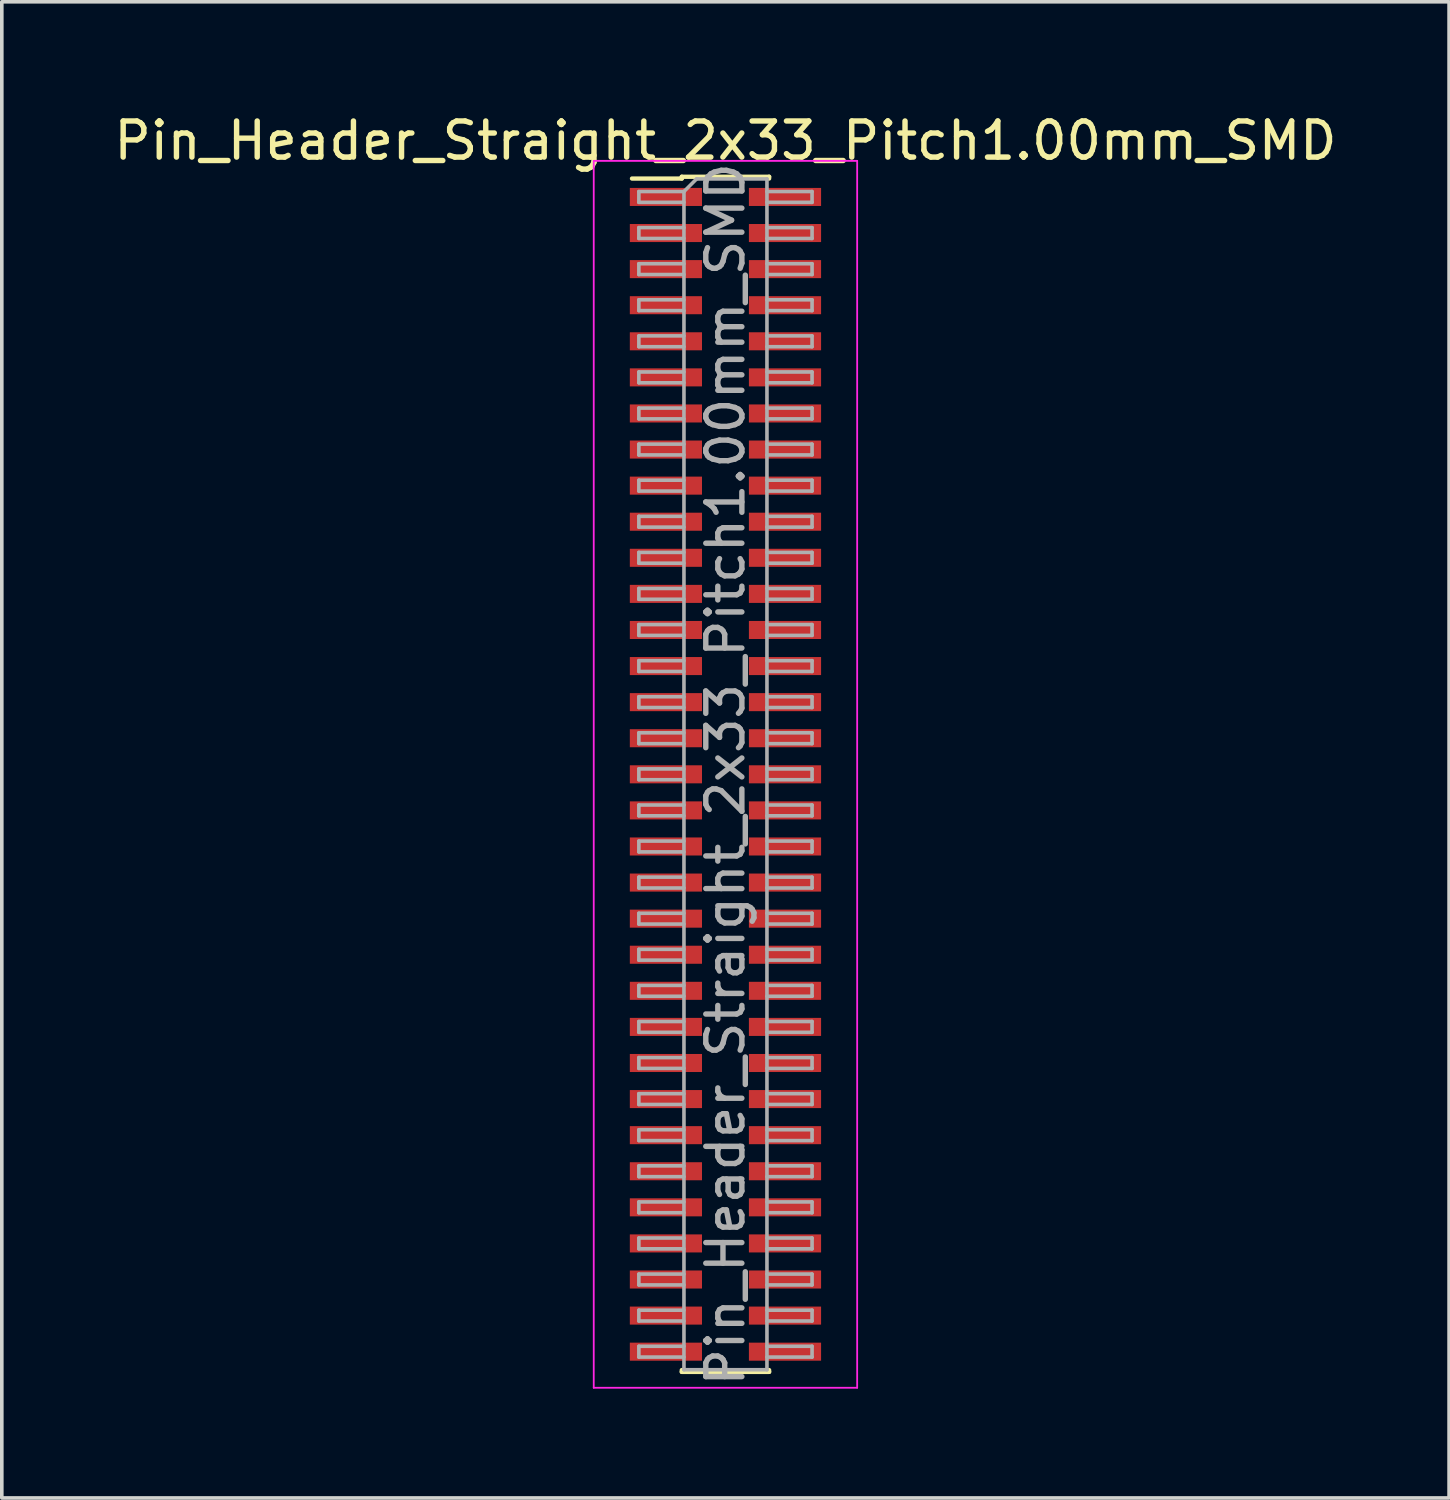
<source format=kicad_pcb>
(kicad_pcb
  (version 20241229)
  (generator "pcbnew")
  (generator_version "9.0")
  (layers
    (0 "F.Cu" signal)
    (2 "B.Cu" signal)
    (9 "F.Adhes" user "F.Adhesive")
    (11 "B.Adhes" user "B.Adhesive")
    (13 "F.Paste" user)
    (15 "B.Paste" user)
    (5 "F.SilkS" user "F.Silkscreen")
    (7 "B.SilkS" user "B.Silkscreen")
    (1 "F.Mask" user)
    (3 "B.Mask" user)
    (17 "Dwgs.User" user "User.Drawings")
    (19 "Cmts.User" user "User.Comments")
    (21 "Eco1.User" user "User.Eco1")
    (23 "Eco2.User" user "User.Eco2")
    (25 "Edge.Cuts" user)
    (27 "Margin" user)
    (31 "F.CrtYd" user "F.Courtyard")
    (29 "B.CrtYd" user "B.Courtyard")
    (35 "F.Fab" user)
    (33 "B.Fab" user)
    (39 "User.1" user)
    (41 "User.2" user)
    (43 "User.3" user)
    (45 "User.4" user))
  (footprint "Pin_Header_Straight_2x33_Pitch1.00mm_SMD"
    (layer "F.Cu")
    (at 17.054 18.408)
    (property "Reference" "Pin_Header_Straight_2x33_Pitch1.00mm_SMD" (at 0 -17.56 0) (layer "F.SilkS") (effects (font (size 1 1) (thickness 0.15))))
    (attr smd)
    (fp_line (start -2.59 -16.51) (end -1.21 -16.51) (stroke (width 0.12) (type solid)) (layer "F.SilkS"))
    (fp_line (start -1.21 -16.56) (end -1.21 -16.51) (stroke (width 0.12) (type solid)) (layer "F.SilkS"))
    (fp_line (start -1.21 -16.56) (end 1.21 -16.56) (stroke (width 0.12) (type solid)) (layer "F.SilkS"))
    (fp_line (start -1.21 16.51) (end -1.21 16.56) (stroke (width 0.12) (type solid)) (layer "F.SilkS"))
    (fp_line (start -1.21 16.56) (end 1.21 16.56) (stroke (width 0.12) (type solid)) (layer "F.SilkS"))
    (fp_line (start 1.21 -16.56) (end 1.21 -16.51) (stroke (width 0.12) (type solid)) (layer "F.SilkS"))
    (fp_line (start 1.21 16.51) (end 1.21 16.56) (stroke (width 0.12) (type solid)) (layer "F.SilkS"))
    (fp_line (start -3.65 -17) (end -3.65 17) (stroke (width 0.05) (type solid)) (layer "F.CrtYd"))
    (fp_line (start -3.65 17) (end 3.65 17) (stroke (width 0.05) (type solid)) (layer "F.CrtYd"))
    (fp_line (start 3.65 -17) (end -3.65 -17) (stroke (width 0.05) (type solid)) (layer "F.CrtYd"))
    (fp_line (start 3.65 17) (end 3.65 -17) (stroke (width 0.05) (type solid)) (layer "F.CrtYd"))
    (fp_line (start -2.4 -16.15) (end -2.4 -15.85) (stroke (width 0.1) (type solid)) (layer "F.Fab"))
    (fp_line (start -2.4 -15.85) (end -1.15 -15.85) (stroke (width 0.1) (type solid)) (layer "F.Fab"))
    (fp_line (start -2.4 -15.15) (end -2.4 -14.85) (stroke (width 0.1) (type solid)) (layer "F.Fab"))
    (fp_line (start -2.4 -14.85) (end -1.15 -14.85) (stroke (width 0.1) (type solid)) (layer "F.Fab"))
    (fp_line (start -2.4 -14.15) (end -2.4 -13.85) (stroke (width 0.1) (type solid)) (layer "F.Fab"))
    (fp_line (start -2.4 -13.85) (end -1.15 -13.85) (stroke (width 0.1) (type solid)) (layer "F.Fab"))
    (fp_line (start -2.4 -13.15) (end -2.4 -12.85) (stroke (width 0.1) (type solid)) (layer "F.Fab"))
    (fp_line (start -2.4 -12.85) (end -1.15 -12.85) (stroke (width 0.1) (type solid)) (layer "F.Fab"))
    (fp_line (start -2.4 -12.15) (end -2.4 -11.85) (stroke (width 0.1) (type solid)) (layer "F.Fab"))
    (fp_line (start -2.4 -11.85) (end -1.15 -11.85) (stroke (width 0.1) (type solid)) (layer "F.Fab"))
    (fp_line (start -2.4 -11.15) (end -2.4 -10.85) (stroke (width 0.1) (type solid)) (layer "F.Fab"))
    (fp_line (start -2.4 -10.85) (end -1.15 -10.85) (stroke (width 0.1) (type solid)) (layer "F.Fab"))
    (fp_line (start -2.4 -10.15) (end -2.4 -9.85) (stroke (width 0.1) (type solid)) (layer "F.Fab"))
    (fp_line (start -2.4 -9.85) (end -1.15 -9.85) (stroke (width 0.1) (type solid)) (layer "F.Fab"))
    (fp_line (start -2.4 -9.15) (end -2.4 -8.85) (stroke (width 0.1) (type solid)) (layer "F.Fab"))
    (fp_line (start -2.4 -8.85) (end -1.15 -8.85) (stroke (width 0.1) (type solid)) (layer "F.Fab"))
    (fp_line (start -2.4 -8.15) (end -2.4 -7.85) (stroke (width 0.1) (type solid)) (layer "F.Fab"))
    (fp_line (start -2.4 -7.85) (end -1.15 -7.85) (stroke (width 0.1) (type solid)) (layer "F.Fab"))
    (fp_line (start -2.4 -7.15) (end -2.4 -6.85) (stroke (width 0.1) (type solid)) (layer "F.Fab"))
    (fp_line (start -2.4 -6.85) (end -1.15 -6.85) (stroke (width 0.1) (type solid)) (layer "F.Fab"))
    (fp_line (start -2.4 -6.15) (end -2.4 -5.85) (stroke (width 0.1) (type solid)) (layer "F.Fab"))
    (fp_line (start -2.4 -5.85) (end -1.15 -5.85) (stroke (width 0.1) (type solid)) (layer "F.Fab"))
    (fp_line (start -2.4 -5.15) (end -2.4 -4.85) (stroke (width 0.1) (type solid)) (layer "F.Fab"))
    (fp_line (start -2.4 -4.85) (end -1.15 -4.85) (stroke (width 0.1) (type solid)) (layer "F.Fab"))
    (fp_line (start -2.4 -4.15) (end -2.4 -3.85) (stroke (width 0.1) (type solid)) (layer "F.Fab"))
    (fp_line (start -2.4 -3.85) (end -1.15 -3.85) (stroke (width 0.1) (type solid)) (layer "F.Fab"))
    (fp_line (start -2.4 -3.15) (end -2.4 -2.85) (stroke (width 0.1) (type solid)) (layer "F.Fab"))
    (fp_line (start -2.4 -2.85) (end -1.15 -2.85) (stroke (width 0.1) (type solid)) (layer "F.Fab"))
    (fp_line (start -2.4 -2.15) (end -2.4 -1.85) (stroke (width 0.1) (type solid)) (layer "F.Fab"))
    (fp_line (start -2.4 -1.85) (end -1.15 -1.85) (stroke (width 0.1) (type solid)) (layer "F.Fab"))
    (fp_line (start -2.4 -1.15) (end -2.4 -0.85) (stroke (width 0.1) (type solid)) (layer "F.Fab"))
    (fp_line (start -2.4 -0.85) (end -1.15 -0.85) (stroke (width 0.1) (type solid)) (layer "F.Fab"))
    (fp_line (start -2.4 -0.15) (end -2.4 0.15) (stroke (width 0.1) (type solid)) (layer "F.Fab"))
    (fp_line (start -2.4 0.15) (end -1.15 0.15) (stroke (width 0.1) (type solid)) (layer "F.Fab"))
    (fp_line (start -2.4 0.85) (end -2.4 1.15) (stroke (width 0.1) (type solid)) (layer "F.Fab"))
    (fp_line (start -2.4 1.15) (end -1.15 1.15) (stroke (width 0.1) (type solid)) (layer "F.Fab"))
    (fp_line (start -2.4 1.85) (end -2.4 2.15) (stroke (width 0.1) (type solid)) (layer "F.Fab"))
    (fp_line (start -2.4 2.15) (end -1.15 2.15) (stroke (width 0.1) (type solid)) (layer "F.Fab"))
    (fp_line (start -2.4 2.85) (end -2.4 3.15) (stroke (width 0.1) (type solid)) (layer "F.Fab"))
    (fp_line (start -2.4 3.15) (end -1.15 3.15) (stroke (width 0.1) (type solid)) (layer "F.Fab"))
    (fp_line (start -2.4 3.85) (end -2.4 4.15) (stroke (width 0.1) (type solid)) (layer "F.Fab"))
    (fp_line (start -2.4 4.15) (end -1.15 4.15) (stroke (width 0.1) (type solid)) (layer "F.Fab"))
    (fp_line (start -2.4 4.85) (end -2.4 5.15) (stroke (width 0.1) (type solid)) (layer "F.Fab"))
    (fp_line (start -2.4 5.15) (end -1.15 5.15) (stroke (width 0.1) (type solid)) (layer "F.Fab"))
    (fp_line (start -2.4 5.85) (end -2.4 6.15) (stroke (width 0.1) (type solid)) (layer "F.Fab"))
    (fp_line (start -2.4 6.15) (end -1.15 6.15) (stroke (width 0.1) (type solid)) (layer "F.Fab"))
    (fp_line (start -2.4 6.85) (end -2.4 7.15) (stroke (width 0.1) (type solid)) (layer "F.Fab"))
    (fp_line (start -2.4 7.15) (end -1.15 7.15) (stroke (width 0.1) (type solid)) (layer "F.Fab"))
    (fp_line (start -2.4 7.85) (end -2.4 8.15) (stroke (width 0.1) (type solid)) (layer "F.Fab"))
    (fp_line (start -2.4 8.15) (end -1.15 8.15) (stroke (width 0.1) (type solid)) (layer "F.Fab"))
    (fp_line (start -2.4 8.85) (end -2.4 9.15) (stroke (width 0.1) (type solid)) (layer "F.Fab"))
    (fp_line (start -2.4 9.15) (end -1.15 9.15) (stroke (width 0.1) (type solid)) (layer "F.Fab"))
    (fp_line (start -2.4 9.85) (end -2.4 10.15) (stroke (width 0.1) (type solid)) (layer "F.Fab"))
    (fp_line (start -2.4 10.15) (end -1.15 10.15) (stroke (width 0.1) (type solid)) (layer "F.Fab"))
    (fp_line (start -2.4 10.85) (end -2.4 11.15) (stroke (width 0.1) (type solid)) (layer "F.Fab"))
    (fp_line (start -2.4 11.15) (end -1.15 11.15) (stroke (width 0.1) (type solid)) (layer "F.Fab"))
    (fp_line (start -2.4 11.85) (end -2.4 12.15) (stroke (width 0.1) (type solid)) (layer "F.Fab"))
    (fp_line (start -2.4 12.15) (end -1.15 12.15) (stroke (width 0.1) (type solid)) (layer "F.Fab"))
    (fp_line (start -2.4 12.85) (end -2.4 13.15) (stroke (width 0.1) (type solid)) (layer "F.Fab"))
    (fp_line (start -2.4 13.15) (end -1.15 13.15) (stroke (width 0.1) (type solid)) (layer "F.Fab"))
    (fp_line (start -2.4 13.85) (end -2.4 14.15) (stroke (width 0.1) (type solid)) (layer "F.Fab"))
    (fp_line (start -2.4 14.15) (end -1.15 14.15) (stroke (width 0.1) (type solid)) (layer "F.Fab"))
    (fp_line (start -2.4 14.85) (end -2.4 15.15) (stroke (width 0.1) (type solid)) (layer "F.Fab"))
    (fp_line (start -2.4 15.15) (end -1.15 15.15) (stroke (width 0.1) (type solid)) (layer "F.Fab"))
    (fp_line (start -2.4 15.85) (end -2.4 16.15) (stroke (width 0.1) (type solid)) (layer "F.Fab"))
    (fp_line (start -2.4 16.15) (end -1.15 16.15) (stroke (width 0.1) (type solid)) (layer "F.Fab"))
    (fp_line (start -1.15 -16.15) (end -2.4 -16.15) (stroke (width 0.1) (type solid)) (layer "F.Fab"))
    (fp_line (start -1.15 -16.15) (end -0.8 -16.5) (stroke (width 0.1) (type solid)) (layer "F.Fab"))
    (fp_line (start -1.15 -15.15) (end -2.4 -15.15) (stroke (width 0.1) (type solid)) (layer "F.Fab"))
    (fp_line (start -1.15 -14.15) (end -2.4 -14.15) (stroke (width 0.1) (type solid)) (layer "F.Fab"))
    (fp_line (start -1.15 -13.15) (end -2.4 -13.15) (stroke (width 0.1) (type solid)) (layer "F.Fab"))
    (fp_line (start -1.15 -12.15) (end -2.4 -12.15) (stroke (width 0.1) (type solid)) (layer "F.Fab"))
    (fp_line (start -1.15 -11.15) (end -2.4 -11.15) (stroke (width 0.1) (type solid)) (layer "F.Fab"))
    (fp_line (start -1.15 -10.15) (end -2.4 -10.15) (stroke (width 0.1) (type solid)) (layer "F.Fab"))
    (fp_line (start -1.15 -9.15) (end -2.4 -9.15) (stroke (width 0.1) (type solid)) (layer "F.Fab"))
    (fp_line (start -1.15 -8.15) (end -2.4 -8.15) (stroke (width 0.1) (type solid)) (layer "F.Fab"))
    (fp_line (start -1.15 -7.15) (end -2.4 -7.15) (stroke (width 0.1) (type solid)) (layer "F.Fab"))
    (fp_line (start -1.15 -6.15) (end -2.4 -6.15) (stroke (width 0.1) (type solid)) (layer "F.Fab"))
    (fp_line (start -1.15 -5.15) (end -2.4 -5.15) (stroke (width 0.1) (type solid)) (layer "F.Fab"))
    (fp_line (start -1.15 -4.15) (end -2.4 -4.15) (stroke (width 0.1) (type solid)) (layer "F.Fab"))
    (fp_line (start -1.15 -3.15) (end -2.4 -3.15) (stroke (width 0.1) (type solid)) (layer "F.Fab"))
    (fp_line (start -1.15 -2.15) (end -2.4 -2.15) (stroke (width 0.1) (type solid)) (layer "F.Fab"))
    (fp_line (start -1.15 -1.15) (end -2.4 -1.15) (stroke (width 0.1) (type solid)) (layer "F.Fab"))
    (fp_line (start -1.15 -0.15) (end -2.4 -0.15) (stroke (width 0.1) (type solid)) (layer "F.Fab"))
    (fp_line (start -1.15 0.85) (end -2.4 0.85) (stroke (width 0.1) (type solid)) (layer "F.Fab"))
    (fp_line (start -1.15 1.85) (end -2.4 1.85) (stroke (width 0.1) (type solid)) (layer "F.Fab"))
    (fp_line (start -1.15 2.85) (end -2.4 2.85) (stroke (width 0.1) (type solid)) (layer "F.Fab"))
    (fp_line (start -1.15 3.85) (end -2.4 3.85) (stroke (width 0.1) (type solid)) (layer "F.Fab"))
    (fp_line (start -1.15 4.85) (end -2.4 4.85) (stroke (width 0.1) (type solid)) (layer "F.Fab"))
    (fp_line (start -1.15 5.85) (end -2.4 5.85) (stroke (width 0.1) (type solid)) (layer "F.Fab"))
    (fp_line (start -1.15 6.85) (end -2.4 6.85) (stroke (width 0.1) (type solid)) (layer "F.Fab"))
    (fp_line (start -1.15 7.85) (end -2.4 7.85) (stroke (width 0.1) (type solid)) (layer "F.Fab"))
    (fp_line (start -1.15 8.85) (end -2.4 8.85) (stroke (width 0.1) (type solid)) (layer "F.Fab"))
    (fp_line (start -1.15 9.85) (end -2.4 9.85) (stroke (width 0.1) (type solid)) (layer "F.Fab"))
    (fp_line (start -1.15 10.85) (end -2.4 10.85) (stroke (width 0.1) (type solid)) (layer "F.Fab"))
    (fp_line (start -1.15 11.85) (end -2.4 11.85) (stroke (width 0.1) (type solid)) (layer "F.Fab"))
    (fp_line (start -1.15 12.85) (end -2.4 12.85) (stroke (width 0.1) (type solid)) (layer "F.Fab"))
    (fp_line (start -1.15 13.85) (end -2.4 13.85) (stroke (width 0.1) (type solid)) (layer "F.Fab"))
    (fp_line (start -1.15 14.85) (end -2.4 14.85) (stroke (width 0.1) (type solid)) (layer "F.Fab"))
    (fp_line (start -1.15 15.85) (end -2.4 15.85) (stroke (width 0.1) (type solid)) (layer "F.Fab"))
    (fp_line (start -1.15 16.5) (end -1.15 -16.15) (stroke (width 0.1) (type solid)) (layer "F.Fab"))
    (fp_line (start -0.8 -16.5) (end 1.15 -16.5) (stroke (width 0.1) (type solid)) (layer "F.Fab"))
    (fp_line (start 1.15 -16.5) (end 1.15 16.5) (stroke (width 0.1) (type solid)) (layer "F.Fab"))
    (fp_line (start 1.15 -16.15) (end 2.4 -16.15) (stroke (width 0.1) (type solid)) (layer "F.Fab"))
    (fp_line (start 1.15 -15.15) (end 2.4 -15.15) (stroke (width 0.1) (type solid)) (layer "F.Fab"))
    (fp_line (start 1.15 -14.15) (end 2.4 -14.15) (stroke (width 0.1) (type solid)) (layer "F.Fab"))
    (fp_line (start 1.15 -13.15) (end 2.4 -13.15) (stroke (width 0.1) (type solid)) (layer "F.Fab"))
    (fp_line (start 1.15 -12.15) (end 2.4 -12.15) (stroke (width 0.1) (type solid)) (layer "F.Fab"))
    (fp_line (start 1.15 -11.15) (end 2.4 -11.15) (stroke (width 0.1) (type solid)) (layer "F.Fab"))
    (fp_line (start 1.15 -10.15) (end 2.4 -10.15) (stroke (width 0.1) (type solid)) (layer "F.Fab"))
    (fp_line (start 1.15 -9.15) (end 2.4 -9.15) (stroke (width 0.1) (type solid)) (layer "F.Fab"))
    (fp_line (start 1.15 -8.15) (end 2.4 -8.15) (stroke (width 0.1) (type solid)) (layer "F.Fab"))
    (fp_line (start 1.15 -7.15) (end 2.4 -7.15) (stroke (width 0.1) (type solid)) (layer "F.Fab"))
    (fp_line (start 1.15 -6.15) (end 2.4 -6.15) (stroke (width 0.1) (type solid)) (layer "F.Fab"))
    (fp_line (start 1.15 -5.15) (end 2.4 -5.15) (stroke (width 0.1) (type solid)) (layer "F.Fab"))
    (fp_line (start 1.15 -4.15) (end 2.4 -4.15) (stroke (width 0.1) (type solid)) (layer "F.Fab"))
    (fp_line (start 1.15 -3.15) (end 2.4 -3.15) (stroke (width 0.1) (type solid)) (layer "F.Fab"))
    (fp_line (start 1.15 -2.15) (end 2.4 -2.15) (stroke (width 0.1) (type solid)) (layer "F.Fab"))
    (fp_line (start 1.15 -1.15) (end 2.4 -1.15) (stroke (width 0.1) (type solid)) (layer "F.Fab"))
    (fp_line (start 1.15 -0.15) (end 2.4 -0.15) (stroke (width 0.1) (type solid)) (layer "F.Fab"))
    (fp_line (start 1.15 0.85) (end 2.4 0.85) (stroke (width 0.1) (type solid)) (layer "F.Fab"))
    (fp_line (start 1.15 1.85) (end 2.4 1.85) (stroke (width 0.1) (type solid)) (layer "F.Fab"))
    (fp_line (start 1.15 2.85) (end 2.4 2.85) (stroke (width 0.1) (type solid)) (layer "F.Fab"))
    (fp_line (start 1.15 3.85) (end 2.4 3.85) (stroke (width 0.1) (type solid)) (layer "F.Fab"))
    (fp_line (start 1.15 4.85) (end 2.4 4.85) (stroke (width 0.1) (type solid)) (layer "F.Fab"))
    (fp_line (start 1.15 5.85) (end 2.4 5.85) (stroke (width 0.1) (type solid)) (layer "F.Fab"))
    (fp_line (start 1.15 6.85) (end 2.4 6.85) (stroke (width 0.1) (type solid)) (layer "F.Fab"))
    (fp_line (start 1.15 7.85) (end 2.4 7.85) (stroke (width 0.1) (type solid)) (layer "F.Fab"))
    (fp_line (start 1.15 8.85) (end 2.4 8.85) (stroke (width 0.1) (type solid)) (layer "F.Fab"))
    (fp_line (start 1.15 9.85) (end 2.4 9.85) (stroke (width 0.1) (type solid)) (layer "F.Fab"))
    (fp_line (start 1.15 10.85) (end 2.4 10.85) (stroke (width 0.1) (type solid)) (layer "F.Fab"))
    (fp_line (start 1.15 11.85) (end 2.4 11.85) (stroke (width 0.1) (type solid)) (layer "F.Fab"))
    (fp_line (start 1.15 12.85) (end 2.4 12.85) (stroke (width 0.1) (type solid)) (layer "F.Fab"))
    (fp_line (start 1.15 13.85) (end 2.4 13.85) (stroke (width 0.1) (type solid)) (layer "F.Fab"))
    (fp_line (start 1.15 14.85) (end 2.4 14.85) (stroke (width 0.1) (type solid)) (layer "F.Fab"))
    (fp_line (start 1.15 15.85) (end 2.4 15.85) (stroke (width 0.1) (type solid)) (layer "F.Fab"))
    (fp_line (start 1.15 16.5) (end -1.15 16.5) (stroke (width 0.1) (type solid)) (layer "F.Fab"))
    (fp_line (start 2.4 -16.15) (end 2.4 -15.85) (stroke (width 0.1) (type solid)) (layer "F.Fab"))
    (fp_line (start 2.4 -15.85) (end 1.15 -15.85) (stroke (width 0.1) (type solid)) (layer "F.Fab"))
    (fp_line (start 2.4 -15.15) (end 2.4 -14.85) (stroke (width 0.1) (type solid)) (layer "F.Fab"))
    (fp_line (start 2.4 -14.85) (end 1.15 -14.85) (stroke (width 0.1) (type solid)) (layer "F.Fab"))
    (fp_line (start 2.4 -14.15) (end 2.4 -13.85) (stroke (width 0.1) (type solid)) (layer "F.Fab"))
    (fp_line (start 2.4 -13.85) (end 1.15 -13.85) (stroke (width 0.1) (type solid)) (layer "F.Fab"))
    (fp_line (start 2.4 -13.15) (end 2.4 -12.85) (stroke (width 0.1) (type solid)) (layer "F.Fab"))
    (fp_line (start 2.4 -12.85) (end 1.15 -12.85) (stroke (width 0.1) (type solid)) (layer "F.Fab"))
    (fp_line (start 2.4 -12.15) (end 2.4 -11.85) (stroke (width 0.1) (type solid)) (layer "F.Fab"))
    (fp_line (start 2.4 -11.85) (end 1.15 -11.85) (stroke (width 0.1) (type solid)) (layer "F.Fab"))
    (fp_line (start 2.4 -11.15) (end 2.4 -10.85) (stroke (width 0.1) (type solid)) (layer "F.Fab"))
    (fp_line (start 2.4 -10.85) (end 1.15 -10.85) (stroke (width 0.1) (type solid)) (layer "F.Fab"))
    (fp_line (start 2.4 -10.15) (end 2.4 -9.85) (stroke (width 0.1) (type solid)) (layer "F.Fab"))
    (fp_line (start 2.4 -9.85) (end 1.15 -9.85) (stroke (width 0.1) (type solid)) (layer "F.Fab"))
    (fp_line (start 2.4 -9.15) (end 2.4 -8.85) (stroke (width 0.1) (type solid)) (layer "F.Fab"))
    (fp_line (start 2.4 -8.85) (end 1.15 -8.85) (stroke (width 0.1) (type solid)) (layer "F.Fab"))
    (fp_line (start 2.4 -8.15) (end 2.4 -7.85) (stroke (width 0.1) (type solid)) (layer "F.Fab"))
    (fp_line (start 2.4 -7.85) (end 1.15 -7.85) (stroke (width 0.1) (type solid)) (layer "F.Fab"))
    (fp_line (start 2.4 -7.15) (end 2.4 -6.85) (stroke (width 0.1) (type solid)) (layer "F.Fab"))
    (fp_line (start 2.4 -6.85) (end 1.15 -6.85) (stroke (width 0.1) (type solid)) (layer "F.Fab"))
    (fp_line (start 2.4 -6.15) (end 2.4 -5.85) (stroke (width 0.1) (type solid)) (layer "F.Fab"))
    (fp_line (start 2.4 -5.85) (end 1.15 -5.85) (stroke (width 0.1) (type solid)) (layer "F.Fab"))
    (fp_line (start 2.4 -5.15) (end 2.4 -4.85) (stroke (width 0.1) (type solid)) (layer "F.Fab"))
    (fp_line (start 2.4 -4.85) (end 1.15 -4.85) (stroke (width 0.1) (type solid)) (layer "F.Fab"))
    (fp_line (start 2.4 -4.15) (end 2.4 -3.85) (stroke (width 0.1) (type solid)) (layer "F.Fab"))
    (fp_line (start 2.4 -3.85) (end 1.15 -3.85) (stroke (width 0.1) (type solid)) (layer "F.Fab"))
    (fp_line (start 2.4 -3.15) (end 2.4 -2.85) (stroke (width 0.1) (type solid)) (layer "F.Fab"))
    (fp_line (start 2.4 -2.85) (end 1.15 -2.85) (stroke (width 0.1) (type solid)) (layer "F.Fab"))
    (fp_line (start 2.4 -2.15) (end 2.4 -1.85) (stroke (width 0.1) (type solid)) (layer "F.Fab"))
    (fp_line (start 2.4 -1.85) (end 1.15 -1.85) (stroke (width 0.1) (type solid)) (layer "F.Fab"))
    (fp_line (start 2.4 -1.15) (end 2.4 -0.85) (stroke (width 0.1) (type solid)) (layer "F.Fab"))
    (fp_line (start 2.4 -0.85) (end 1.15 -0.85) (stroke (width 0.1) (type solid)) (layer "F.Fab"))
    (fp_line (start 2.4 -0.15) (end 2.4 0.15) (stroke (width 0.1) (type solid)) (layer "F.Fab"))
    (fp_line (start 2.4 0.15) (end 1.15 0.15) (stroke (width 0.1) (type solid)) (layer "F.Fab"))
    (fp_line (start 2.4 0.85) (end 2.4 1.15) (stroke (width 0.1) (type solid)) (layer "F.Fab"))
    (fp_line (start 2.4 1.15) (end 1.15 1.15) (stroke (width 0.1) (type solid)) (layer "F.Fab"))
    (fp_line (start 2.4 1.85) (end 2.4 2.15) (stroke (width 0.1) (type solid)) (layer "F.Fab"))
    (fp_line (start 2.4 2.15) (end 1.15 2.15) (stroke (width 0.1) (type solid)) (layer "F.Fab"))
    (fp_line (start 2.4 2.85) (end 2.4 3.15) (stroke (width 0.1) (type solid)) (layer "F.Fab"))
    (fp_line (start 2.4 3.15) (end 1.15 3.15) (stroke (width 0.1) (type solid)) (layer "F.Fab"))
    (fp_line (start 2.4 3.85) (end 2.4 4.15) (stroke (width 0.1) (type solid)) (layer "F.Fab"))
    (fp_line (start 2.4 4.15) (end 1.15 4.15) (stroke (width 0.1) (type solid)) (layer "F.Fab"))
    (fp_line (start 2.4 4.85) (end 2.4 5.15) (stroke (width 0.1) (type solid)) (layer "F.Fab"))
    (fp_line (start 2.4 5.15) (end 1.15 5.15) (stroke (width 0.1) (type solid)) (layer "F.Fab"))
    (fp_line (start 2.4 5.85) (end 2.4 6.15) (stroke (width 0.1) (type solid)) (layer "F.Fab"))
    (fp_line (start 2.4 6.15) (end 1.15 6.15) (stroke (width 0.1) (type solid)) (layer "F.Fab"))
    (fp_line (start 2.4 6.85) (end 2.4 7.15) (stroke (width 0.1) (type solid)) (layer "F.Fab"))
    (fp_line (start 2.4 7.15) (end 1.15 7.15) (stroke (width 0.1) (type solid)) (layer "F.Fab"))
    (fp_line (start 2.4 7.85) (end 2.4 8.15) (stroke (width 0.1) (type solid)) (layer "F.Fab"))
    (fp_line (start 2.4 8.15) (end 1.15 8.15) (stroke (width 0.1) (type solid)) (layer "F.Fab"))
    (fp_line (start 2.4 8.85) (end 2.4 9.15) (stroke (width 0.1) (type solid)) (layer "F.Fab"))
    (fp_line (start 2.4 9.15) (end 1.15 9.15) (stroke (width 0.1) (type solid)) (layer "F.Fab"))
    (fp_line (start 2.4 9.85) (end 2.4 10.15) (stroke (width 0.1) (type solid)) (layer "F.Fab"))
    (fp_line (start 2.4 10.15) (end 1.15 10.15) (stroke (width 0.1) (type solid)) (layer "F.Fab"))
    (fp_line (start 2.4 10.85) (end 2.4 11.15) (stroke (width 0.1) (type solid)) (layer "F.Fab"))
    (fp_line (start 2.4 11.15) (end 1.15 11.15) (stroke (width 0.1) (type solid)) (layer "F.Fab"))
    (fp_line (start 2.4 11.85) (end 2.4 12.15) (stroke (width 0.1) (type solid)) (layer "F.Fab"))
    (fp_line (start 2.4 12.15) (end 1.15 12.15) (stroke (width 0.1) (type solid)) (layer "F.Fab"))
    (fp_line (start 2.4 12.85) (end 2.4 13.15) (stroke (width 0.1) (type solid)) (layer "F.Fab"))
    (fp_line (start 2.4 13.15) (end 1.15 13.15) (stroke (width 0.1) (type solid)) (layer "F.Fab"))
    (fp_line (start 2.4 13.85) (end 2.4 14.15) (stroke (width 0.1) (type solid)) (layer "F.Fab"))
    (fp_line (start 2.4 14.15) (end 1.15 14.15) (stroke (width 0.1) (type solid)) (layer "F.Fab"))
    (fp_line (start 2.4 14.85) (end 2.4 15.15) (stroke (width 0.1) (type solid)) (layer "F.Fab"))
    (fp_line (start 2.4 15.15) (end 1.15 15.15) (stroke (width 0.1) (type solid)) (layer "F.Fab"))
    (fp_line (start 2.4 15.85) (end 2.4 16.15) (stroke (width 0.1) (type solid)) (layer "F.Fab"))
    (fp_line (start 2.4 16.15) (end 1.15 16.15) (stroke (width 0.1) (type solid)) (layer "F.Fab"))
    (fp_text user "${REFERENCE}" (at 0 0 90) (layer "F.Fab") (effects (font (size 1 1) (thickness 0.15))))
    (pad "1" smd rect (at -1.65 -16) (size 2 0.5) (layers "F.Cu" "F.Mask" "F.Paste"))
    (pad "2" smd rect (at 1.65 -16) (size 2 0.5) (layers "F.Cu" "F.Mask" "F.Paste"))
    (pad "3" smd rect (at -1.65 -15) (size 2 0.5) (layers "F.Cu" "F.Mask" "F.Paste"))
    (pad "4" smd rect (at 1.65 -15) (size 2 0.5) (layers "F.Cu" "F.Mask" "F.Paste"))
    (pad "5" smd rect (at -1.65 -14) (size 2 0.5) (layers "F.Cu" "F.Mask" "F.Paste"))
    (pad "6" smd rect (at 1.65 -14) (size 2 0.5) (layers "F.Cu" "F.Mask" "F.Paste"))
    (pad "7" smd rect (at -1.65 -13) (size 2 0.5) (layers "F.Cu" "F.Mask" "F.Paste"))
    (pad "8" smd rect (at 1.65 -13) (size 2 0.5) (layers "F.Cu" "F.Mask" "F.Paste"))
    (pad "9" smd rect (at -1.65 -12) (size 2 0.5) (layers "F.Cu" "F.Mask" "F.Paste"))
    (pad "10" smd rect (at 1.65 -12) (size 2 0.5) (layers "F.Cu" "F.Mask" "F.Paste"))
    (pad "11" smd rect (at -1.65 -11) (size 2 0.5) (layers "F.Cu" "F.Mask" "F.Paste"))
    (pad "12" smd rect (at 1.65 -11) (size 2 0.5) (layers "F.Cu" "F.Mask" "F.Paste"))
    (pad "13" smd rect (at -1.65 -10) (size 2 0.5) (layers "F.Cu" "F.Mask" "F.Paste"))
    (pad "14" smd rect (at 1.65 -10) (size 2 0.5) (layers "F.Cu" "F.Mask" "F.Paste"))
    (pad "15" smd rect (at -1.65 -9) (size 2 0.5) (layers "F.Cu" "F.Mask" "F.Paste"))
    (pad "16" smd rect (at 1.65 -9) (size 2 0.5) (layers "F.Cu" "F.Mask" "F.Paste"))
    (pad "17" smd rect (at -1.65 -8) (size 2 0.5) (layers "F.Cu" "F.Mask" "F.Paste"))
    (pad "18" smd rect (at 1.65 -8) (size 2 0.5) (layers "F.Cu" "F.Mask" "F.Paste"))
    (pad "19" smd rect (at -1.65 -7) (size 2 0.5) (layers "F.Cu" "F.Mask" "F.Paste"))
    (pad "20" smd rect (at 1.65 -7) (size 2 0.5) (layers "F.Cu" "F.Mask" "F.Paste"))
    (pad "21" smd rect (at -1.65 -6) (size 2 0.5) (layers "F.Cu" "F.Mask" "F.Paste"))
    (pad "22" smd rect (at 1.65 -6) (size 2 0.5) (layers "F.Cu" "F.Mask" "F.Paste"))
    (pad "23" smd rect (at -1.65 -5) (size 2 0.5) (layers "F.Cu" "F.Mask" "F.Paste"))
    (pad "24" smd rect (at 1.65 -5) (size 2 0.5) (layers "F.Cu" "F.Mask" "F.Paste"))
    (pad "25" smd rect (at -1.65 -4) (size 2 0.5) (layers "F.Cu" "F.Mask" "F.Paste"))
    (pad "26" smd rect (at 1.65 -4) (size 2 0.5) (layers "F.Cu" "F.Mask" "F.Paste"))
    (pad "27" smd rect (at -1.65 -3) (size 2 0.5) (layers "F.Cu" "F.Mask" "F.Paste"))
    (pad "28" smd rect (at 1.65 -3) (size 2 0.5) (layers "F.Cu" "F.Mask" "F.Paste"))
    (pad "29" smd rect (at -1.65 -2) (size 2 0.5) (layers "F.Cu" "F.Mask" "F.Paste"))
    (pad "30" smd rect (at 1.65 -2) (size 2 0.5) (layers "F.Cu" "F.Mask" "F.Paste"))
    (pad "31" smd rect (at -1.65 -1) (size 2 0.5) (layers "F.Cu" "F.Mask" "F.Paste"))
    (pad "32" smd rect (at 1.65 -1) (size 2 0.5) (layers "F.Cu" "F.Mask" "F.Paste"))
    (pad "33" smd rect (at -1.65 0) (size 2 0.5) (layers "F.Cu" "F.Mask" "F.Paste"))
    (pad "34" smd rect (at 1.65 0) (size 2 0.5) (layers "F.Cu" "F.Mask" "F.Paste"))
    (pad "35" smd rect (at -1.65 1) (size 2 0.5) (layers "F.Cu" "F.Mask" "F.Paste"))
    (pad "36" smd rect (at 1.65 1) (size 2 0.5) (layers "F.Cu" "F.Mask" "F.Paste"))
    (pad "37" smd rect (at -1.65 2) (size 2 0.5) (layers "F.Cu" "F.Mask" "F.Paste"))
    (pad "38" smd rect (at 1.65 2) (size 2 0.5) (layers "F.Cu" "F.Mask" "F.Paste"))
    (pad "39" smd rect (at -1.65 3) (size 2 0.5) (layers "F.Cu" "F.Mask" "F.Paste"))
    (pad "40" smd rect (at 1.65 3) (size 2 0.5) (layers "F.Cu" "F.Mask" "F.Paste"))
    (pad "41" smd rect (at -1.65 4) (size 2 0.5) (layers "F.Cu" "F.Mask" "F.Paste"))
    (pad "42" smd rect (at 1.65 4) (size 2 0.5) (layers "F.Cu" "F.Mask" "F.Paste"))
    (pad "43" smd rect (at -1.65 5) (size 2 0.5) (layers "F.Cu" "F.Mask" "F.Paste"))
    (pad "44" smd rect (at 1.65 5) (size 2 0.5) (layers "F.Cu" "F.Mask" "F.Paste"))
    (pad "45" smd rect (at -1.65 6) (size 2 0.5) (layers "F.Cu" "F.Mask" "F.Paste"))
    (pad "46" smd rect (at 1.65 6) (size 2 0.5) (layers "F.Cu" "F.Mask" "F.Paste"))
    (pad "47" smd rect (at -1.65 7) (size 2 0.5) (layers "F.Cu" "F.Mask" "F.Paste"))
    (pad "48" smd rect (at 1.65 7) (size 2 0.5) (layers "F.Cu" "F.Mask" "F.Paste"))
    (pad "49" smd rect (at -1.65 8) (size 2 0.5) (layers "F.Cu" "F.Mask" "F.Paste"))
    (pad "50" smd rect (at 1.65 8) (size 2 0.5) (layers "F.Cu" "F.Mask" "F.Paste"))
    (pad "51" smd rect (at -1.65 9) (size 2 0.5) (layers "F.Cu" "F.Mask" "F.Paste"))
    (pad "52" smd rect (at 1.65 9) (size 2 0.5) (layers "F.Cu" "F.Mask" "F.Paste"))
    (pad "53" smd rect (at -1.65 10) (size 2 0.5) (layers "F.Cu" "F.Mask" "F.Paste"))
    (pad "54" smd rect (at 1.65 10) (size 2 0.5) (layers "F.Cu" "F.Mask" "F.Paste"))
    (pad "55" smd rect (at -1.65 11) (size 2 0.5) (layers "F.Cu" "F.Mask" "F.Paste"))
    (pad "56" smd rect (at 1.65 11) (size 2 0.5) (layers "F.Cu" "F.Mask" "F.Paste"))
    (pad "57" smd rect (at -1.65 12) (size 2 0.5) (layers "F.Cu" "F.Mask" "F.Paste"))
    (pad "58" smd rect (at 1.65 12) (size 2 0.5) (layers "F.Cu" "F.Mask" "F.Paste"))
    (pad "59" smd rect (at -1.65 13) (size 2 0.5) (layers "F.Cu" "F.Mask" "F.Paste"))
    (pad "60" smd rect (at 1.65 13) (size 2 0.5) (layers "F.Cu" "F.Mask" "F.Paste"))
    (pad "61" smd rect (at -1.65 14) (size 2 0.5) (layers "F.Cu" "F.Mask" "F.Paste"))
    (pad "62" smd rect (at 1.65 14) (size 2 0.5) (layers "F.Cu" "F.Mask" "F.Paste"))
    (pad "63" smd rect (at -1.65 15) (size 2 0.5) (layers "F.Cu" "F.Mask" "F.Paste"))
    (pad "64" smd rect (at 1.65 15) (size 2 0.5) (layers "F.Cu" "F.Mask" "F.Paste"))
    (pad "65" smd rect (at -1.65 16) (size 2 0.5) (layers "F.Cu" "F.Mask" "F.Paste"))
    (pad "66" smd rect (at 1.65 16) (size 2 0.5) (layers "F.Cu" "F.Mask" "F.Paste")))
  (gr_rect
    (start -3 -3)
    (end 37.107 38.462)
    (stroke (width 0.1) (type default))
    (fill no)
    (layer "Edge.Cuts")))
</source>
